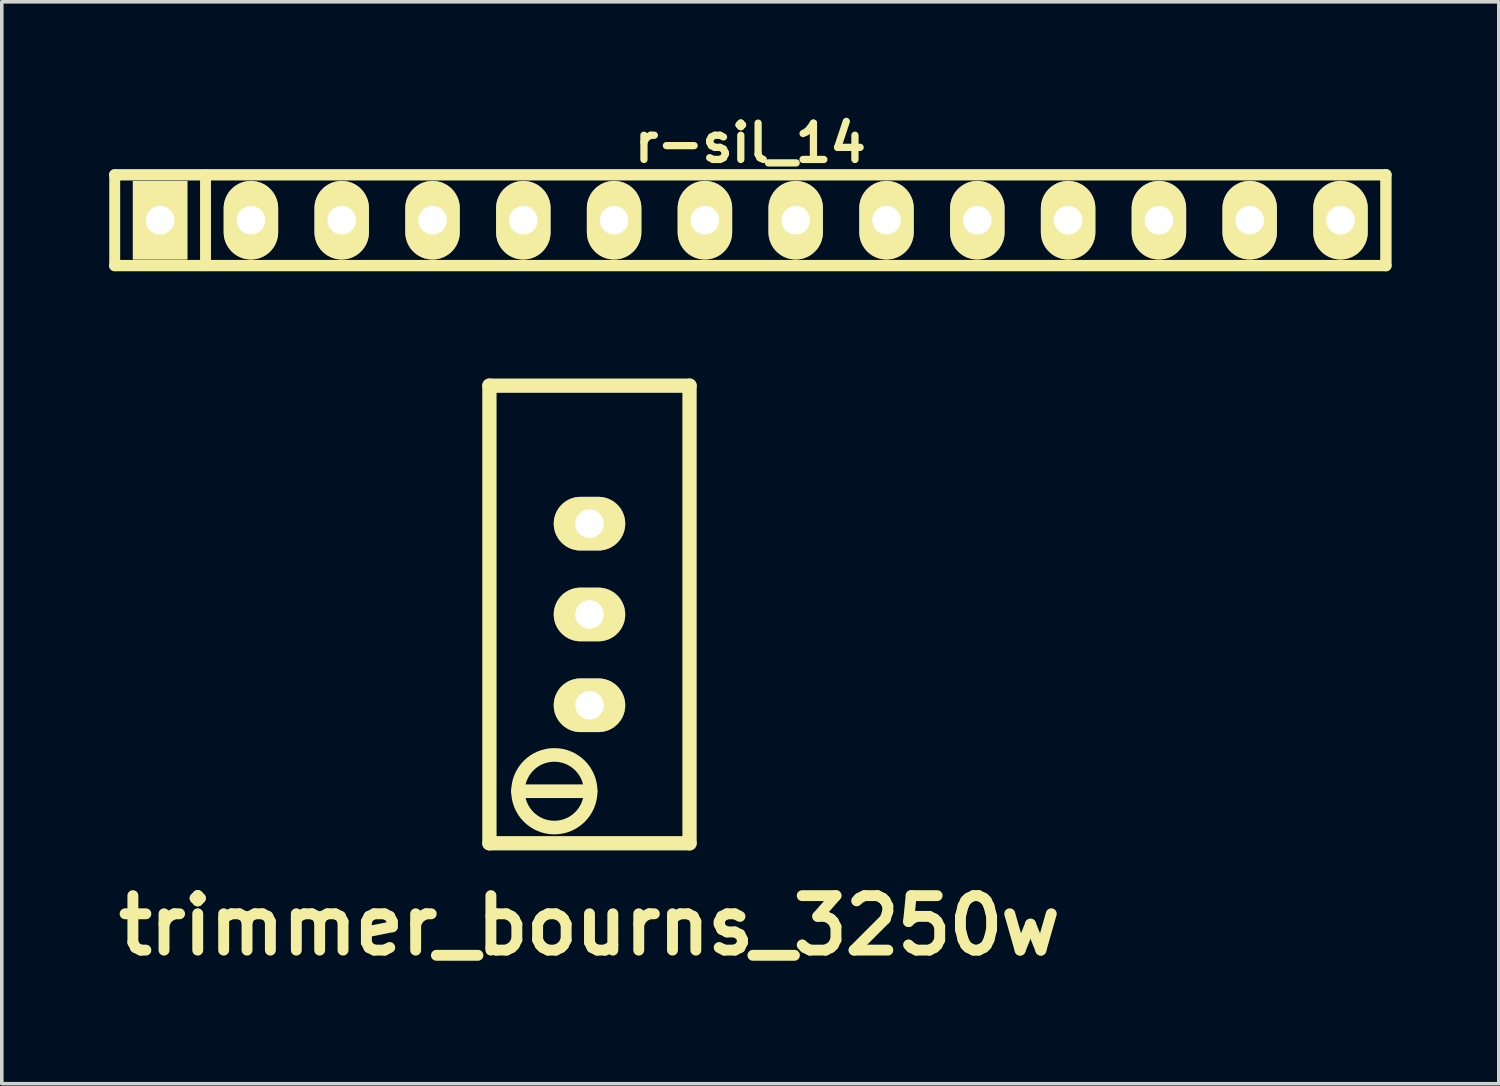
<source format=kicad_pcb>
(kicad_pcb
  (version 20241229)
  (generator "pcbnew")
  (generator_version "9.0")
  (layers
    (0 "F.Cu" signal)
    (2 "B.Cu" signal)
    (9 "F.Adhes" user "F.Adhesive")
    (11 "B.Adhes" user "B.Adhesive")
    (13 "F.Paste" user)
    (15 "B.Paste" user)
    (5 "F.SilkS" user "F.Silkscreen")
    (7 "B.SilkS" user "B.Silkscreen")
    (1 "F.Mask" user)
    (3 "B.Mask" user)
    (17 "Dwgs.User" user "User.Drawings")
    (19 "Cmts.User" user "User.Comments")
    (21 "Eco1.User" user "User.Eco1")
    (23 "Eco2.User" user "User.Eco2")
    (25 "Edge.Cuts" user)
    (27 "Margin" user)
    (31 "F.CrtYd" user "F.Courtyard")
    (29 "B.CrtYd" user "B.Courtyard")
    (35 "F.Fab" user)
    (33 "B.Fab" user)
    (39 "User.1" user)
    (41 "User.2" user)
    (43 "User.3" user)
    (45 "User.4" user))
  (footprint "trimmer_bourns_3250w"
    (layer "F.Cu")
    (at 13.44 14.139)
    (property "Reference" "trimmer_bourns_3250w" (at 0 8.7 0) (layer "F.SilkS") (effects (font (size 1.524 1.524) (thickness 0.305))))
    (attr through_hole)
    (fp_line (start -2.799 -6.401) (end -2.799 6.401) (stroke (width 0.399) (type solid)) (layer "F.SilkS"))
    (fp_line (start -2.799 6.401) (end 2.799 6.401) (stroke (width 0.399) (type solid)) (layer "F.SilkS"))
    (fp_line (start -2.002 4.945) (end 0.03 4.945) (stroke (width 0.381) (type solid)) (layer "F.SilkS"))
    (fp_line (start 2.799 -6.401) (end -2.799 -6.401) (stroke (width 0.399) (type solid)) (layer "F.SilkS"))
    (fp_line (start 2.799 6.401) (end 2.799 -6.401) (stroke (width 0.399) (type solid)) (layer "F.SilkS"))
    (fp_circle (center -0.983 4.945) (end 0.033 4.945) (stroke (width 0.381) (type solid)) (fill no) (layer "F.SilkS"))
    (pad "1" thru_hole oval (at 0 2.54) (size 1.999 1.501) (drill 0.8) (layers "*.Cu" "*.Mask" "F.SilkS"))
    (pad "2" thru_hole oval (at 0 0) (size 1.999 1.501) (drill 0.8) (layers "*.Cu" "*.Mask" "F.SilkS"))
    (pad "3" thru_hole oval (at 0 -2.54) (size 1.999 1.501) (drill 0.8) (layers "*.Cu" "*.Mask" "F.SilkS")))
  (footprint "r-sil_14"
    (layer "F.Cu")
    (at 17.939 3.11)
    (property "Reference" "r-sil_14" (at 0 -2.159 0) (layer "F.SilkS") (effects (font (size 1.016 1.016) (thickness 0.203))))
    (attr through_hole)
    (fp_line (start -17.78 -1.27) (end -17.78 1.27) (stroke (width 0.305) (type solid)) (layer "F.SilkS"))
    (fp_line (start -17.78 -1.27) (end 17.78 -1.27) (stroke (width 0.318) (type solid)) (layer "F.SilkS"))
    (fp_line (start -15.24 1.27) (end -15.24 -1.27) (stroke (width 0.305) (type solid)) (layer "F.SilkS"))
    (fp_line (start 17.78 -1.27) (end 17.78 1.27) (stroke (width 0.318) (type solid)) (layer "F.SilkS"))
    (fp_line (start 17.78 1.27) (end -17.78 1.27) (stroke (width 0.318) (type solid)) (layer "F.SilkS"))
    (pad "1" thru_hole rect (at -16.51 0) (size 1.524 2.197) (drill 0.8) (layers "*.Cu" "*.Mask" "F.SilkS"))
    (pad "2" thru_hole oval (at -13.97 0) (size 1.524 2.197) (drill 0.8) (layers "*.Cu" "*.Mask" "F.SilkS"))
    (pad "3" thru_hole oval (at -11.43 0) (size 1.524 2.197) (drill 0.8) (layers "*.Cu" "*.Mask" "F.SilkS"))
    (pad "4" thru_hole oval (at -8.89 0) (size 1.524 2.197) (drill 0.8) (layers "*.Cu" "*.Mask" "F.SilkS"))
    (pad "5" thru_hole oval (at -6.35 0) (size 1.524 2.197) (drill 0.8) (layers "*.Cu" "*.Mask" "F.SilkS"))
    (pad "6" thru_hole oval (at -3.81 0) (size 1.524 2.197) (drill 0.8) (layers "*.Cu" "*.Mask" "F.SilkS"))
    (pad "7" thru_hole oval (at -1.27 0) (size 1.524 2.197) (drill 0.8) (layers "*.Cu" "*.Mask" "F.SilkS"))
    (pad "8" thru_hole oval (at 1.27 0) (size 1.524 2.197) (drill 0.8) (layers "*.Cu" "*.Mask" "F.SilkS"))
    (pad "9" thru_hole oval (at 3.81 0) (size 1.524 2.197) (drill 0.8) (layers "*.Cu" "*.Mask" "F.SilkS"))
    (pad "10" thru_hole oval (at 6.35 0) (size 1.524 2.197) (drill 0.8) (layers "*.Cu" "*.Mask" "F.SilkS"))
    (pad "11" thru_hole oval (at 8.89 0) (size 1.524 2.197) (drill 0.8) (layers "*.Cu" "*.Mask" "F.SilkS"))
    (pad "12" thru_hole oval (at 11.43 0) (size 1.524 2.197) (drill 0.8) (layers "*.Cu" "*.Mask" "F.SilkS"))
    (pad "13" thru_hole oval (at 13.97 0) (size 1.524 2.197) (drill 0.8) (layers "*.Cu" "*.Mask" "F.SilkS"))
    (pad "14" thru_hole oval (at 16.51 0) (size 1.524 2.197) (drill 0.8) (layers "*.Cu" "*.Mask" "F.SilkS")))
  (gr_rect
    (start -3 -3)
    (end 38.877 27.265)
    (stroke (width 0.1) (type default))
    (fill no)
    (layer "Edge.Cuts")))
</source>
